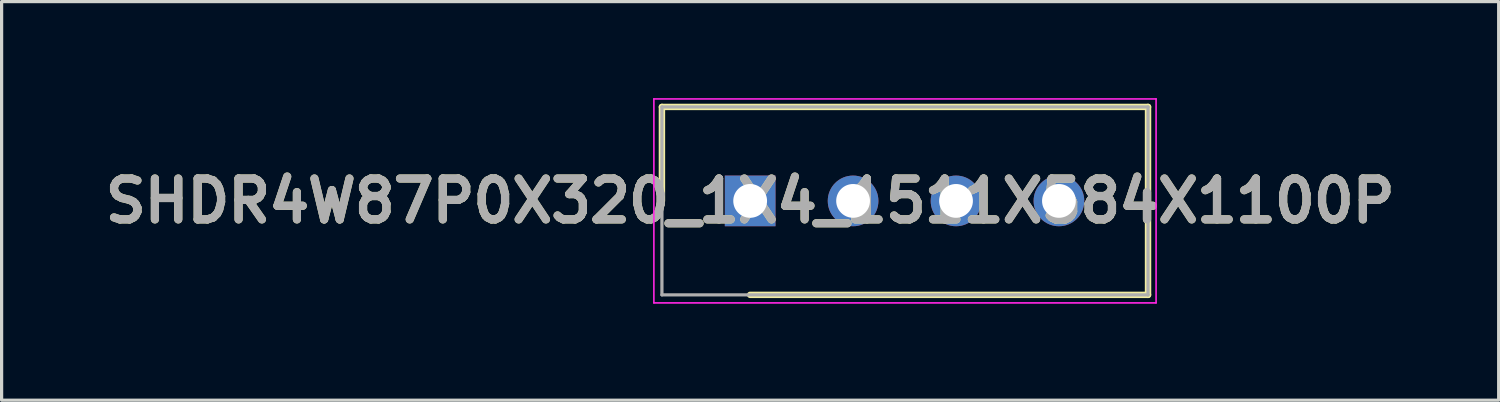
<source format=kicad_pcb>
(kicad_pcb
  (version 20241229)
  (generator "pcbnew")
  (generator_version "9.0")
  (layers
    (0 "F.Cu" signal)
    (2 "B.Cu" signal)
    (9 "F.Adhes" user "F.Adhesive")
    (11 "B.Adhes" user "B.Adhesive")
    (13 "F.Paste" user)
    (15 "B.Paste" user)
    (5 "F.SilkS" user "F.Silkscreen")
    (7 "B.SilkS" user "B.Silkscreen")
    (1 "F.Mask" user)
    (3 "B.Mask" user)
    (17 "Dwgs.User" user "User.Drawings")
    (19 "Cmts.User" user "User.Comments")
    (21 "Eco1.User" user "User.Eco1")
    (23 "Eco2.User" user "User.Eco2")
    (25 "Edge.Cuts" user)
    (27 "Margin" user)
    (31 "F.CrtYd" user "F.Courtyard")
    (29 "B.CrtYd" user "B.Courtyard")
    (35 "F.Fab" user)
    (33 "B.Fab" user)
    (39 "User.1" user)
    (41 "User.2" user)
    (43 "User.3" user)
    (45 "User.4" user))
  (footprint "SHDR4W87P0X320_1X4_1511X584X1100P"
    (layer "F.Cu")
    (at 20.272 3.196)
    (property "Reference" "SHDR4W87P0X320_1X4_1511X584X1100P" (at 0 0 0) (layer "F.SilkS") (effects (font (size 1.27 1.27) (thickness 0.254))))
    (attr through_hole)
    (fp_line (start -2.743 -2.921) (end -2.743 0) (stroke (width 0.2) (type solid)) (layer "F.SilkS"))
    (fp_line (start 0 2.921) (end 12.37 2.921) (stroke (width 0.2) (type solid)) (layer "F.SilkS"))
    (fp_line (start 12.37 -2.921) (end -2.743 -2.921) (stroke (width 0.2) (type solid)) (layer "F.SilkS"))
    (fp_line (start 12.37 2.921) (end 12.37 -2.921) (stroke (width 0.2) (type solid)) (layer "F.SilkS"))
    (fp_line (start -2.993 -3.171) (end 12.62 -3.171) (stroke (width 0.05) (type solid)) (layer "F.CrtYd"))
    (fp_line (start -2.993 3.171) (end -2.993 -3.171) (stroke (width 0.05) (type solid)) (layer "F.CrtYd"))
    (fp_line (start 12.62 -3.171) (end 12.62 3.171) (stroke (width 0.05) (type solid)) (layer "F.CrtYd"))
    (fp_line (start 12.62 3.171) (end -2.993 3.171) (stroke (width 0.05) (type solid)) (layer "F.CrtYd"))
    (fp_line (start -2.743 -2.921) (end 12.37 -2.921) (stroke (width 0.1) (type solid)) (layer "F.Fab"))
    (fp_line (start -2.743 2.921) (end -2.743 -2.921) (stroke (width 0.1) (type solid)) (layer "F.Fab"))
    (fp_line (start 12.37 -2.921) (end 12.37 2.921) (stroke (width 0.1) (type solid)) (layer "F.Fab"))
    (fp_line (start 12.37 2.921) (end -2.743 2.921) (stroke (width 0.1) (type solid)) (layer "F.Fab"))
    (fp_text user "${REFERENCE}" (at 0 0 0) (layer "F.Fab") (effects (font (size 1.27 1.27) (thickness 0.254))))
    (pad "1" thru_hole rect (at 0 0) (size 1.575 1.575) (drill 1.05) (layers "*.Cu" "*.Mask"))
    (pad "2" thru_hole circle (at 3.2 0) (size 1.575 1.575) (drill 1.05) (layers "*.Cu" "*.Mask"))
    (pad "3" thru_hole circle (at 6.4 0) (size 1.575 1.575) (drill 1.05) (layers "*.Cu" "*.Mask"))
    (pad "4" thru_hole circle (at 9.6 0) (size 1.575 1.575) (drill 1.05) (layers "*.Cu" "*.Mask")))
  (gr_rect
    (start -3 -3)
    (end 43.543 9.392)
    (stroke (width 0.1) (type default))
    (fill no)
    (layer "Edge.Cuts")))
</source>
